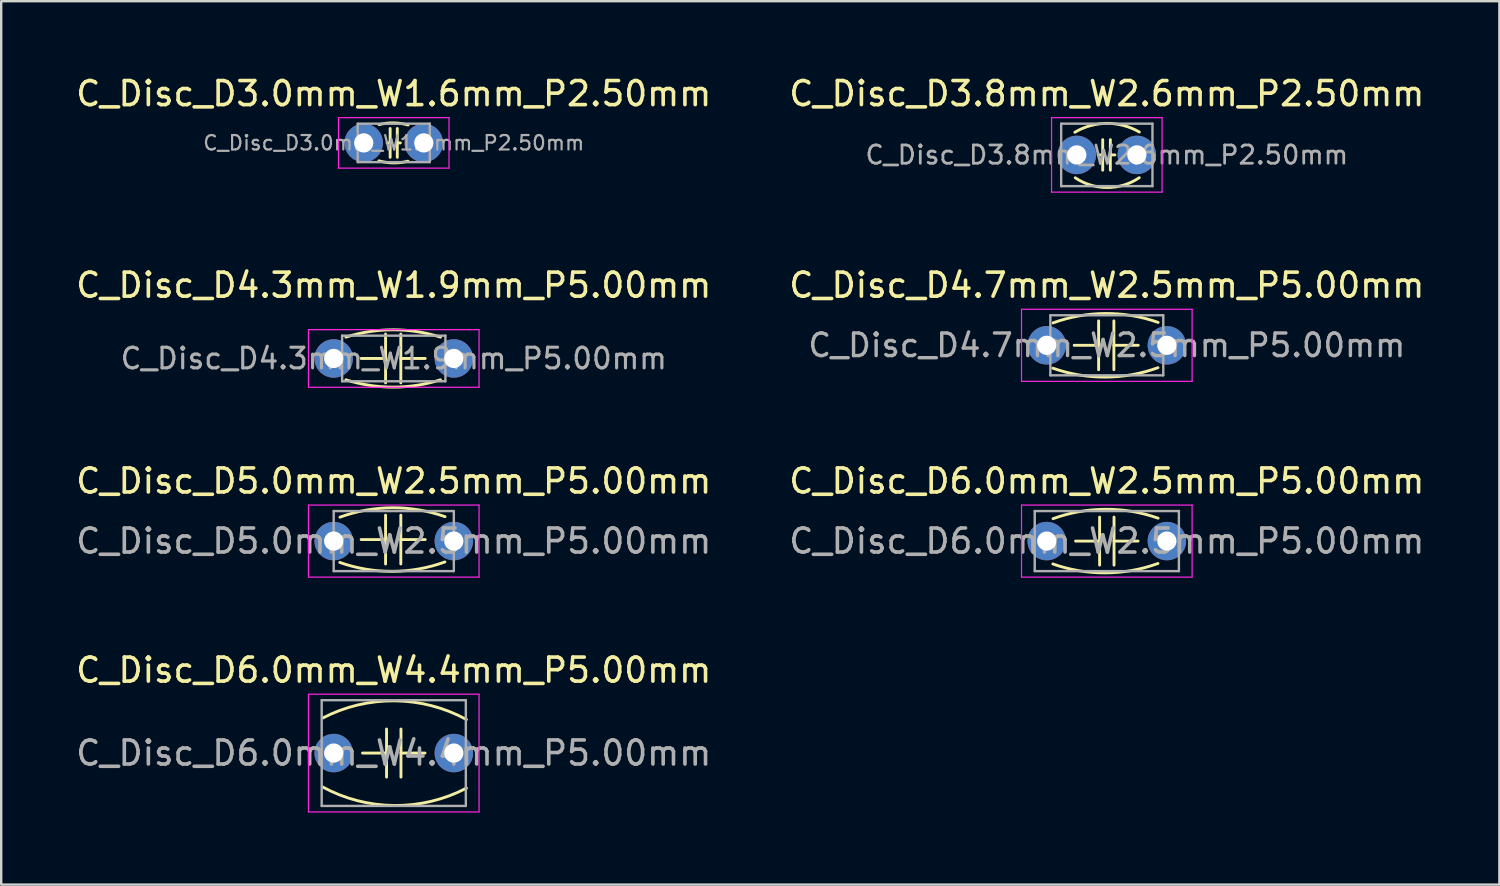
<source format=kicad_pcb>
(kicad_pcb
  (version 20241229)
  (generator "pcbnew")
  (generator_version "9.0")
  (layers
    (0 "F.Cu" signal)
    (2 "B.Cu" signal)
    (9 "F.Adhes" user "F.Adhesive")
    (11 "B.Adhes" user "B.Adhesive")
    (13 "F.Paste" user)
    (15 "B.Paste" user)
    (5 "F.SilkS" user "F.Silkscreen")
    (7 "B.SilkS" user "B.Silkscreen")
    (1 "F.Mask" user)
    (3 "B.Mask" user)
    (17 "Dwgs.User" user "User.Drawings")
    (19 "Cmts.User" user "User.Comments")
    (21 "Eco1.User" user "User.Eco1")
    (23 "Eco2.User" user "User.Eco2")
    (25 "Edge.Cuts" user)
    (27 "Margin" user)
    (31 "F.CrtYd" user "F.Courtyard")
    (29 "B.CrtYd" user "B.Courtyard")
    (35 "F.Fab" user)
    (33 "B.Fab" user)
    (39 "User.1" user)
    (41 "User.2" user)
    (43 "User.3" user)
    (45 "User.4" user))
  (footprint "C_Disc_D3.0mm_W1.6mm_P2.50mm"
    (layer "F.Cu")
    (at 12.089 2.898)
    (property "Reference" "C_Disc_D3.0mm_W1.6mm_P2.50mm" (at 1.25 -2.05 0) (layer "F.SilkS") (effects (font (size 1 1) (thickness 0.15))))
    (fp_line (start 0.973 0) (end 1.1 0) (stroke (width 0.12) (type solid)) (layer "F.SilkS"))
    (fp_line (start 1.1 0) (end 1.1 -0.6) (stroke (width 0.12) (type solid)) (layer "F.SilkS"))
    (fp_line (start 1.1 0) (end 1.1 0.6) (stroke (width 0.12) (type solid)) (layer "F.SilkS"))
    (fp_line (start 1.397 0) (end 1.397 -0.6) (stroke (width 0.12) (type solid)) (layer "F.SilkS"))
    (fp_line (start 1.397 0) (end 1.397 0.6) (stroke (width 0.12) (type solid)) (layer "F.SilkS"))
    (fp_line (start 1.524 0) (end 1.397 0) (stroke (width 0.12) (type solid)) (layer "F.SilkS"))
    (fp_arc (start 0.635 -0.762) (mid 1.241234 -0.832639) (end 1.845429 -0.746283) (stroke (width 0.12) (type solid)) (layer "F.SilkS"))
    (fp_arc (start 1.8415 0.762) (mid 1.235266 0.832639) (end 0.631071 0.746283) (stroke (width 0.12) (type solid)) (layer "F.SilkS"))
    (fp_line (start -1.05 -1.05) (end -1.05 1.05) (stroke (width 0.05) (type solid)) (layer "F.CrtYd"))
    (fp_line (start -1.05 1.05) (end 3.55 1.05) (stroke (width 0.05) (type solid)) (layer "F.CrtYd"))
    (fp_line (start 3.55 -1.05) (end -1.05 -1.05) (stroke (width 0.05) (type solid)) (layer "F.CrtYd"))
    (fp_line (start 3.55 1.05) (end 3.55 -1.05) (stroke (width 0.05) (type solid)) (layer "F.CrtYd"))
    (fp_line (start -0.25 -0.8) (end -0.25 0.8) (stroke (width 0.1) (type solid)) (layer "F.Fab"))
    (fp_line (start -0.25 0.8) (end 2.75 0.8) (stroke (width 0.1) (type solid)) (layer "F.Fab"))
    (fp_line (start 2.75 -0.8) (end -0.25 -0.8) (stroke (width 0.1) (type solid)) (layer "F.Fab"))
    (fp_line (start 2.75 0.8) (end 2.75 -0.8) (stroke (width 0.1) (type solid)) (layer "F.Fab"))
    (fp_text user "${REFERENCE}" (at 1.25 0 0) (layer "F.Fab") (effects (font (size 0.6 0.6) (thickness 0.09))))
    (pad "1" thru_hole circle (at 0 0) (size 1.6 1.6) (drill 0.8) (layers "*.Cu" "*.Mask"))
    (pad "2" thru_hole circle (at 2.5 0) (size 1.6 1.6) (drill 0.8) (layers "*.Cu" "*.Mask")))
  (footprint "C_Disc_D3.8mm_W2.6mm_P2.50mm"
    (layer "F.Cu")
    (at 41.768 3.398)
    (property "Reference" "C_Disc_D3.8mm_W2.6mm_P2.50mm" (at 1.25 -2.55 0) (layer "F.SilkS") (effects (font (size 1 1) (thickness 0.15))))
    (attr through_hole)
    (fp_line (start 0.889 0) (end 1.079 0) (stroke (width 0.12) (type solid)) (layer "F.SilkS"))
    (fp_line (start 1.079 0) (end 1.079 -0.635) (stroke (width 0.12) (type solid)) (layer "F.SilkS"))
    (fp_line (start 1.079 0) (end 1.079 0.635) (stroke (width 0.12) (type solid)) (layer "F.SilkS"))
    (fp_line (start 1.397 0) (end 1.397 -0.635) (stroke (width 0.12) (type solid)) (layer "F.SilkS"))
    (fp_line (start 1.397 0) (end 1.397 0.635) (stroke (width 0.12) (type solid)) (layer "F.SilkS"))
    (fp_line (start 1.587 0) (end 1.397 0) (stroke (width 0.12) (type solid)) (layer "F.SilkS"))
    (fp_arc (start -0.081146 -0.942115) (mid 1.259762 -1.312991) (end 2.6035 -0.9525) (stroke (width 0.12) (type solid)) (layer "F.SilkS"))
    (fp_arc (start 2.601045 0.948863) (mid 1.269327 1.357258) (end -0.0635 0.9525) (stroke (width 0.12) (type solid)) (layer "F.SilkS"))
    (fp_line (start -1.05 -1.55) (end -1.05 1.55) (stroke (width 0.05) (type solid)) (layer "F.CrtYd"))
    (fp_line (start -1.05 1.55) (end 3.55 1.55) (stroke (width 0.05) (type solid)) (layer "F.CrtYd"))
    (fp_line (start 3.55 -1.55) (end -1.05 -1.55) (stroke (width 0.05) (type solid)) (layer "F.CrtYd"))
    (fp_line (start 3.55 1.55) (end 3.55 -1.55) (stroke (width 0.05) (type solid)) (layer "F.CrtYd"))
    (fp_line (start -0.65 -1.3) (end -0.65 1.3) (stroke (width 0.1) (type solid)) (layer "F.Fab"))
    (fp_line (start -0.65 1.3) (end 3.15 1.3) (stroke (width 0.1) (type solid)) (layer "F.Fab"))
    (fp_line (start 3.15 -1.3) (end -0.65 -1.3) (stroke (width 0.1) (type solid)) (layer "F.Fab"))
    (fp_line (start 3.15 1.3) (end 3.15 -1.3) (stroke (width 0.1) (type solid)) (layer "F.Fab"))
    (fp_text user "${REFERENCE}" (at 1.25 0 0) (layer "F.Fab") (effects (font (size 0.76 0.76) (thickness 0.114))))
    (pad "1" thru_hole circle (at 0 0) (size 1.6 1.6) (drill 0.8) (layers "*.Cu" "*.Mask"))
    (pad "2" thru_hole circle (at 2.5 0) (size 1.6 1.6) (drill 0.8) (layers "*.Cu" "*.Mask")))
  (footprint "C_Disc_D4.3mm_W1.9mm_P5.00mm"
    (layer "F.Cu")
    (at 10.839 11.87)
    (property "Reference" "C_Disc_D4.3mm_W1.9mm_P5.00mm" (at 2.5 -3.048 0) (layer "F.SilkS") (effects (font (size 1 1) (thickness 0.15))))
    (attr through_hole)
    (fp_line (start 1.143 0) (end 2.159 0) (stroke (width 0.12) (type solid)) (layer "F.SilkS"))
    (fp_line (start 2.159 0) (end 2.159 -1.016) (stroke (width 0.12) (type solid)) (layer "F.SilkS"))
    (fp_line (start 2.159 0) (end 2.159 1.016) (stroke (width 0.12) (type solid)) (layer "F.SilkS"))
    (fp_line (start 2.794 -1.016) (end 2.794 1.016) (stroke (width 0.12) (type solid)) (layer "F.SilkS"))
    (fp_line (start 2.794 0) (end 3.81 0) (stroke (width 0.12) (type solid)) (layer "F.SilkS"))
    (fp_arc (start 0.508 -0.888999) (mid 2.4765 -1.192922) (end 4.444999 -0.888999) (stroke (width 0.12) (type solid)) (layer "F.SilkS"))
    (fp_arc (start 4.444999 0.889) (mid 2.476499 1.192923) (end 0.508 0.889) (stroke (width 0.12) (type solid)) (layer "F.SilkS"))
    (fp_line (start -1.05 -1.2) (end -1.05 1.2) (stroke (width 0.05) (type solid)) (layer "F.CrtYd"))
    (fp_line (start -1.05 1.2) (end 6.05 1.2) (stroke (width 0.05) (type solid)) (layer "F.CrtYd"))
    (fp_line (start 6.05 -1.2) (end -1.05 -1.2) (stroke (width 0.05) (type solid)) (layer "F.CrtYd"))
    (fp_line (start 6.05 1.2) (end 6.05 -1.2) (stroke (width 0.05) (type solid)) (layer "F.CrtYd"))
    (fp_line (start 0.35 -0.95) (end 0.35 0.95) (stroke (width 0.1) (type solid)) (layer "F.Fab"))
    (fp_line (start 0.35 0.95) (end 4.65 0.95) (stroke (width 0.1) (type solid)) (layer "F.Fab"))
    (fp_line (start 4.65 -0.95) (end 0.35 -0.95) (stroke (width 0.1) (type solid)) (layer "F.Fab"))
    (fp_line (start 4.65 0.95) (end 4.65 -0.95) (stroke (width 0.1) (type solid)) (layer "F.Fab"))
    (fp_text user "${REFERENCE}" (at 2.5 0 0) (layer "F.Fab") (effects (font (size 0.86 0.86) (thickness 0.129))))
    (pad "1" thru_hole circle (at 0 0) (size 1.6 1.6) (drill 0.8) (layers "*.Cu" "*.Mask"))
    (pad "2" thru_hole circle (at 5 0) (size 1.6 1.6) (drill 0.8) (layers "*.Cu" "*.Mask")))
  (footprint "C_Disc_D6.0mm_W2.5mm_P5.00mm"
    (layer "F.Cu")
    (at 40.518 19.471)
    (property "Reference" "C_Disc_D6.0mm_W2.5mm_P5.00mm" (at 2.5 -2.5 0) (layer "F.SilkS") (effects (font (size 1 1) (thickness 0.15))))
    (fp_line (start 1.2 0) (end 2.2 0) (stroke (width 0.12) (type solid)) (layer "F.SilkS"))
    (fp_line (start 2.2 0) (end 2.2 -1) (stroke (width 0.12) (type solid)) (layer "F.SilkS"))
    (fp_line (start 2.2 0) (end 2.2 1) (stroke (width 0.12) (type solid)) (layer "F.SilkS"))
    (fp_line (start 2.8 -1) (end 2.8 1) (stroke (width 0.12) (type solid)) (layer "F.SilkS"))
    (fp_line (start 2.8 0) (end 3.8 0) (stroke (width 0.12) (type solid)) (layer "F.SilkS"))
    (fp_arc (start 0.261356 -0.932324) (mid 2.44667 -1.323463) (end 4.6355 -0.9525) (stroke (width 0.12) (type solid)) (layer "F.SilkS"))
    (fp_arc (start 4.628144 0.932323) (mid 2.44283 1.323462) (end 0.254 0.9525) (stroke (width 0.12) (type solid)) (layer "F.SilkS"))
    (fp_line (start -1.05 -1.5) (end -1.05 1.5) (stroke (width 0.05) (type solid)) (layer "F.CrtYd"))
    (fp_line (start -1.05 1.5) (end 6.05 1.5) (stroke (width 0.05) (type solid)) (layer "F.CrtYd"))
    (fp_line (start 6.05 -1.5) (end -1.05 -1.5) (stroke (width 0.05) (type solid)) (layer "F.CrtYd"))
    (fp_line (start 6.05 1.5) (end 6.05 -1.5) (stroke (width 0.05) (type solid)) (layer "F.CrtYd"))
    (fp_line (start -0.5 -1.25) (end -0.5 1.25) (stroke (width 0.1) (type solid)) (layer "F.Fab"))
    (fp_line (start -0.5 1.25) (end 5.5 1.25) (stroke (width 0.1) (type solid)) (layer "F.Fab"))
    (fp_line (start 5.5 -1.25) (end -0.5 -1.25) (stroke (width 0.1) (type solid)) (layer "F.Fab"))
    (fp_line (start 5.5 1.25) (end 5.5 -1.25) (stroke (width 0.1) (type solid)) (layer "F.Fab"))
    (fp_text user "${REFERENCE}" (at 2.5 0 0) (layer "F.Fab") (effects (font (size 1 1) (thickness 0.15))))
    (pad "1" thru_hole circle (at 0 0) (size 1.6 1.6) (drill 0.8) (layers "*.Cu" "*.Mask"))
    (pad "2" thru_hole circle (at 5 0) (size 1.6 1.6) (drill 0.8) (layers "*.Cu" "*.Mask")))
  (footprint "C_Disc_D6.0mm_W4.4mm_P5.00mm"
    (layer "F.Cu")
    (at 10.839 28.294)
    (property "Reference" "C_Disc_D6.0mm_W4.4mm_P5.00mm" (at 2.5 -3.45 0) (layer "F.SilkS") (effects (font (size 1 1) (thickness 0.15))))
    (fp_line (start 1.2 0) (end 2.2 0) (stroke (width 0.12) (type solid)) (layer "F.SilkS"))
    (fp_line (start 2.2 0) (end 2.2 -1) (stroke (width 0.12) (type solid)) (layer "F.SilkS"))
    (fp_line (start 2.2 0) (end 2.2 1) (stroke (width 0.12) (type solid)) (layer "F.SilkS"))
    (fp_line (start 2.8 -1) (end 2.8 1) (stroke (width 0.12) (type solid)) (layer "F.SilkS"))
    (fp_line (start 2.8 0) (end 3.8 0) (stroke (width 0.12) (type solid)) (layer "F.SilkS"))
    (fp_arc (start -0.469977 -1.451191) (mid 2.53404 -2.173962) (end 5.5245 -1.397) (stroke (width 0.12) (type solid)) (layer "F.SilkS"))
    (fp_arc (start 5.5245 1.4605) (mid 2.520483 2.183271) (end -0.469977 1.406309) (stroke (width 0.12) (type solid)) (layer "F.SilkS"))
    (fp_line (start -1.05 -2.45) (end -1.05 2.45) (stroke (width 0.05) (type solid)) (layer "F.CrtYd"))
    (fp_line (start -1.05 2.45) (end 6.05 2.45) (stroke (width 0.05) (type solid)) (layer "F.CrtYd"))
    (fp_line (start 6.05 -2.45) (end -1.05 -2.45) (stroke (width 0.05) (type solid)) (layer "F.CrtYd"))
    (fp_line (start 6.05 2.45) (end 6.05 -2.45) (stroke (width 0.05) (type solid)) (layer "F.CrtYd"))
    (fp_line (start -0.5 -2.2) (end -0.5 2.2) (stroke (width 0.1) (type solid)) (layer "F.Fab"))
    (fp_line (start -0.5 2.2) (end 5.5 2.2) (stroke (width 0.1) (type solid)) (layer "F.Fab"))
    (fp_line (start 5.5 -2.2) (end -0.5 -2.2) (stroke (width 0.1) (type solid)) (layer "F.Fab"))
    (fp_line (start 5.5 2.2) (end 5.5 -2.2) (stroke (width 0.1) (type solid)) (layer "F.Fab"))
    (fp_text user "${REFERENCE}" (at 2.5 0 0) (layer "F.Fab") (effects (font (size 1 1) (thickness 0.15))))
    (pad "1" thru_hole circle (at 0 0) (size 1.6 1.6) (drill 0.8) (layers "*.Cu" "*.Mask"))
    (pad "2" thru_hole circle (at 5 0) (size 1.6 1.6) (drill 0.8) (layers "*.Cu" "*.Mask")))
  (footprint "C_Disc_D4.7mm_W2.5mm_P5.00mm"
    (layer "F.Cu")
    (at 40.518 11.322)
    (property "Reference" "C_Disc_D4.7mm_W2.5mm_P5.00mm" (at 2.5 -2.5 0) (layer "F.SilkS") (effects (font (size 1 1) (thickness 0.15))))
    (attr through_hole)
    (fp_line (start 1.143 0) (end 2.159 0) (stroke (width 0.12) (type solid)) (layer "F.SilkS"))
    (fp_line (start 2.159 0) (end 2.159 -1.016) (stroke (width 0.12) (type solid)) (layer "F.SilkS"))
    (fp_line (start 2.159 0) (end 2.159 1.016) (stroke (width 0.12) (type solid)) (layer "F.SilkS"))
    (fp_line (start 2.794 -1.016) (end 2.794 1.016) (stroke (width 0.12) (type solid)) (layer "F.SilkS"))
    (fp_line (start 2.794 0) (end 3.81 0) (stroke (width 0.12) (type solid)) (layer "F.SilkS"))
    (fp_arc (start 0.261356 -0.932324) (mid 2.44667 -1.323463) (end 4.6355 -0.9525) (stroke (width 0.12) (type solid)) (layer "F.SilkS"))
    (fp_arc (start 4.628144 0.932323) (mid 2.44283 1.323462) (end 0.254 0.9525) (stroke (width 0.12) (type solid)) (layer "F.SilkS"))
    (fp_line (start -1.05 -1.5) (end -1.05 1.5) (stroke (width 0.05) (type solid)) (layer "F.CrtYd"))
    (fp_line (start -1.05 1.5) (end 6.05 1.5) (stroke (width 0.05) (type solid)) (layer "F.CrtYd"))
    (fp_line (start 6.05 -1.5) (end -1.05 -1.5) (stroke (width 0.05) (type solid)) (layer "F.CrtYd"))
    (fp_line (start 6.05 1.5) (end 6.05 -1.5) (stroke (width 0.05) (type solid)) (layer "F.CrtYd"))
    (fp_line (start 0.15 -1.25) (end 0.15 1.25) (stroke (width 0.1) (type solid)) (layer "F.Fab"))
    (fp_line (start 0.15 1.25) (end 4.85 1.25) (stroke (width 0.1) (type solid)) (layer "F.Fab"))
    (fp_line (start 4.85 -1.25) (end 0.15 -1.25) (stroke (width 0.1) (type solid)) (layer "F.Fab"))
    (fp_line (start 4.85 1.25) (end 4.85 -1.25) (stroke (width 0.1) (type solid)) (layer "F.Fab"))
    (fp_text user "${REFERENCE}" (at 2.5 0 0) (layer "F.Fab") (effects (font (size 0.94 0.94) (thickness 0.141))))
    (pad "1" thru_hole circle (at 0 0) (size 1.6 1.6) (drill 0.8) (layers "*.Cu" "*.Mask"))
    (pad "2" thru_hole circle (at 5 0) (size 1.6 1.6) (drill 0.8) (layers "*.Cu" "*.Mask")))
  (footprint "C_Disc_D5.0mm_W2.5mm_P5.00mm"
    (layer "F.Cu")
    (at 10.839 19.471)
    (property "Reference" "C_Disc_D5.0mm_W2.5mm_P5.00mm" (at 2.5 -2.5 0) (layer "F.SilkS") (effects (font (size 1 1) (thickness 0.15))))
    (attr through_hole)
    (fp_line (start 1.143 -0.064) (end 2.159 -0.064) (stroke (width 0.12) (type solid)) (layer "F.SilkS"))
    (fp_line (start 2.159 -0.064) (end 2.159 -1.079) (stroke (width 0.12) (type solid)) (layer "F.SilkS"))
    (fp_line (start 2.159 -0.064) (end 2.159 0.953) (stroke (width 0.12) (type solid)) (layer "F.SilkS"))
    (fp_line (start 2.794 -1.079) (end 2.794 0.953) (stroke (width 0.12) (type solid)) (layer "F.SilkS"))
    (fp_line (start 2.794 -0.064) (end 3.81 -0.064) (stroke (width 0.12) (type solid)) (layer "F.SilkS"))
    (fp_arc (start 0.261356 -0.995824) (mid 2.44667 -1.386963) (end 4.6355 -1.016) (stroke (width 0.12) (type solid)) (layer "F.SilkS"))
    (fp_arc (start 4.628144 0.868823) (mid 2.44283 1.259962) (end 0.254 0.889) (stroke (width 0.12) (type solid)) (layer "F.SilkS"))
    (fp_line (start -1.05 -1.5) (end -1.05 1.5) (stroke (width 0.05) (type solid)) (layer "F.CrtYd"))
    (fp_line (start -1.05 1.5) (end 6.05 1.5) (stroke (width 0.05) (type solid)) (layer "F.CrtYd"))
    (fp_line (start 6.05 -1.5) (end -1.05 -1.5) (stroke (width 0.05) (type solid)) (layer "F.CrtYd"))
    (fp_line (start 6.05 1.5) (end 6.05 -1.5) (stroke (width 0.05) (type solid)) (layer "F.CrtYd"))
    (fp_line (start 0 -1.25) (end 0 1.25) (stroke (width 0.1) (type solid)) (layer "F.Fab"))
    (fp_line (start 0 1.25) (end 5 1.25) (stroke (width 0.1) (type solid)) (layer "F.Fab"))
    (fp_line (start 5 -1.25) (end 0 -1.25) (stroke (width 0.1) (type solid)) (layer "F.Fab"))
    (fp_line (start 5 1.25) (end 5 -1.25) (stroke (width 0.1) (type solid)) (layer "F.Fab"))
    (fp_text user "${REFERENCE}" (at 2.5 0 0) (layer "F.Fab") (effects (font (size 1 1) (thickness 0.15))))
    (pad "1" thru_hole circle (at 0 0) (size 1.6 1.6) (drill 0.8) (layers "*.Cu" "*.Mask"))
    (pad "2" thru_hole circle (at 5 0) (size 1.6 1.6) (drill 0.8) (layers "*.Cu" "*.Mask")))
  (gr_rect
    (start -3 -3)
    (end 59.357 33.769)
    (stroke (width 0.1) (type default))
    (fill no)
    (layer "Edge.Cuts")))
</source>
